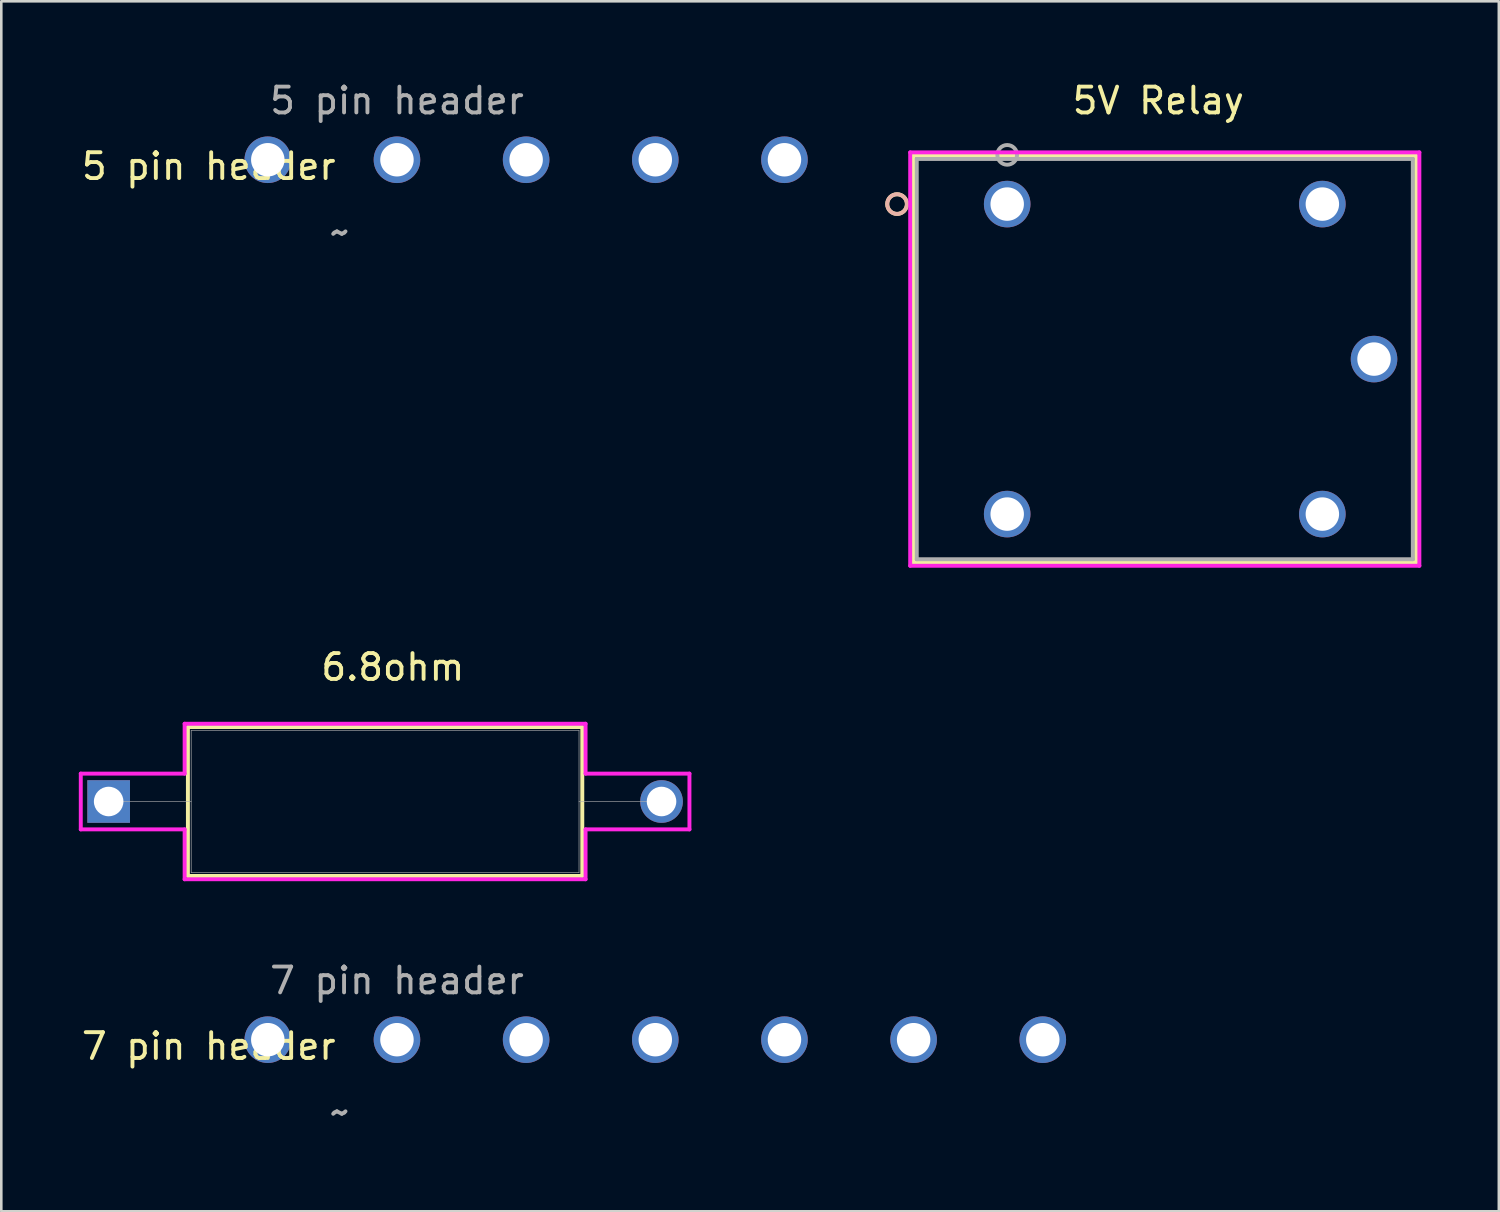
<source format=kicad_pcb>
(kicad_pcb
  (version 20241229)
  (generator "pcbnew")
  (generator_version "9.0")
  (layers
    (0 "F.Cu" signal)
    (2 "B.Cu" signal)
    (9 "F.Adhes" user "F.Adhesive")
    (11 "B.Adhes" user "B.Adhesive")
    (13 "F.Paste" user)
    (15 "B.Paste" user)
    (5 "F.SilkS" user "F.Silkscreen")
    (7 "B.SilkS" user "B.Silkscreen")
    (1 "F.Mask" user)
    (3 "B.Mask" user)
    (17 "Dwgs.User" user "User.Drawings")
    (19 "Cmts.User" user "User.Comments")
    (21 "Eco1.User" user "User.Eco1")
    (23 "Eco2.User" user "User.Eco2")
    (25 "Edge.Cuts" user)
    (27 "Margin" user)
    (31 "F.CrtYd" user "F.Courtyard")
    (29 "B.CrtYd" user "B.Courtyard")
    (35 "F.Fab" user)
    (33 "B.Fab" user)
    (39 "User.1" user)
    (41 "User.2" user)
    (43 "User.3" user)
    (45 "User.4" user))
  (footprint "5V Relay"
    (layer "F.Cu")
    (at 48.138 16.85)
    (property "Reference" "5V Relay" (at -6.35 -16.002 0) (layer "F.SilkS") (effects (font (size 1 1) (thickness 0.15))))
    (attr through_hole)
    (fp_line (start -15.828 -13.874) (end -15.828 1.874) (stroke (width 0.152) (type solid)) (layer "F.SilkS"))
    (fp_line (start -15.828 1.874) (end 3.628 1.874) (stroke (width 0.152) (type solid)) (layer "F.SilkS"))
    (fp_line (start 3.628 -13.874) (end -15.828 -13.874) (stroke (width 0.152) (type solid)) (layer "F.SilkS"))
    (fp_line (start 3.628 1.874) (end 3.628 -13.874) (stroke (width 0.152) (type solid)) (layer "F.SilkS"))
    (fp_circle (center -16.463 -12) (end -16.082 -12) (stroke (width 0.152) (type solid)) (fill no) (layer "F.SilkS"))
    (fp_circle (center -16.463 -12) (end -16.082 -12) (stroke (width 0.152) (type solid)) (fill no) (layer "B.SilkS"))
    (fp_line (start -15.955 -14.001) (end -15.955 2.001) (stroke (width 0.152) (type solid)) (layer "F.CrtYd"))
    (fp_line (start -15.955 2.001) (end 3.755 2.001) (stroke (width 0.152) (type solid)) (layer "F.CrtYd"))
    (fp_line (start 3.755 -14.001) (end -15.955 -14.001) (stroke (width 0.152) (type solid)) (layer "F.CrtYd"))
    (fp_line (start 3.755 2.001) (end 3.755 -14.001) (stroke (width 0.152) (type solid)) (layer "F.CrtYd"))
    (fp_line (start -15.701 -13.747) (end -15.701 1.747) (stroke (width 0.152) (type solid)) (layer "F.Fab"))
    (fp_line (start -15.701 1.747) (end 3.501 1.747) (stroke (width 0.152) (type solid)) (layer "F.Fab"))
    (fp_line (start 3.501 -13.747) (end -15.701 -13.747) (stroke (width 0.152) (type solid)) (layer "F.Fab"))
    (fp_line (start 3.501 1.747) (end 3.501 -13.747) (stroke (width 0.152) (type solid)) (layer "F.Fab"))
    (fp_circle (center -12.2 -13.905) (end -11.819 -13.905) (stroke (width 0.152) (type solid)) (fill no) (layer "F.Fab"))
    (pad "1" thru_hole circle (at -12.2 -12) (size 1.803 1.803) (drill 1.295) (layers "*.Cu" "*.Mask"))
    (pad "2" thru_hole circle (at -12.2 -0.000001) (size 1.803 1.803) (drill 1.295) (layers "*.Cu" "*.Mask"))
    (pad "3" thru_hole circle (at 0 -12) (size 1.803 1.803) (drill 1.295) (layers "*.Cu" "*.Mask"))
    (pad "4" thru_hole circle (at 0 -0.000001) (size 1.803 1.803) (drill 1.295) (layers "*.Cu" "*.Mask"))
    (pad "5" thru_hole circle (at 2 -6) (size 1.803 1.803) (drill 1.295) (layers "*.Cu" "*.Mask")))
  (footprint "5 pin header"
    (layer "F.Cu")
    (at 7.316 3.134)
    (property "Reference" "5 pin header" (at -2.286 0.254 0) (unlocked yes) (layer "F.SilkS") (effects (font (size 1 1) (thickness 0.15))))
    (property "Value" "~" (at 5 0 0) (unlocked yes) (layer "F.Fab") (hide yes) (effects (font (size 1 1) (thickness 0.15))))
    (attr through_hole)
    (fp_text user "${VALUE}" (at 2.794 2.794 0) (unlocked yes) (layer "F.Fab") (effects (font (size 1 1) (thickness 0.15))))
    (fp_text user "${REFERENCE}" (at 5 -2.286 0) (unlocked yes) (layer "F.Fab") (effects (font (size 1 1) (thickness 0.15))))
    (pad "1" thru_hole circle (at 0 0) (size 1.803 1.803) (drill 1.295) (layers "*.Cu" "*.Mask"))
    (pad "2" thru_hole circle (at 5 0) (size 1.803 1.803) (drill 1.295) (layers "*.Cu" "*.Mask"))
    (pad "3" thru_hole circle (at 10 0) (size 1.803 1.803) (drill 1.295) (layers "*.Cu" "*.Mask"))
    (pad "4" thru_hole circle (at 15 0) (size 1.803 1.803) (drill 1.295) (layers "*.Cu" "*.Mask"))
    (pad "5" thru_hole circle (at 20 0) (size 1.803 1.803) (drill 1.295) (layers "*.Cu" "*.Mask")))
  (footprint "6.8ohm"
    (layer "F.Cu")
    (at 1.156 27.976)
    (property "Reference" "6.8ohm" (at 11 -5.2 0) (unlocked yes) (layer "F.SilkS") (effects (font (size 1 1) (thickness 0.15))))
    (attr through_hole)
    (fp_line (start 3.068 -2.883) (end 3.068 2.883) (stroke (width 0.152) (type solid)) (layer "F.SilkS"))
    (fp_line (start 3.068 2.883) (end 18.334 2.883) (stroke (width 0.152) (type solid)) (layer "F.SilkS"))
    (fp_line (start 18.334 -2.883) (end 3.068 -2.883) (stroke (width 0.152) (type solid)) (layer "F.SilkS"))
    (fp_line (start 18.334 2.883) (end 18.334 -2.883) (stroke (width 0.152) (type solid)) (layer "F.SilkS"))
    (fp_line (start -1.079 -1.079) (end 2.941 -1.079) (stroke (width 0.152) (type solid)) (layer "F.CrtYd"))
    (fp_line (start -1.079 1.079) (end -1.079 -1.079) (stroke (width 0.152) (type solid)) (layer "F.CrtYd"))
    (fp_line (start 2.941 -3.01) (end 18.461 -3.01) (stroke (width 0.152) (type solid)) (layer "F.CrtYd"))
    (fp_line (start 2.941 -1.079) (end 2.941 -3.01) (stroke (width 0.152) (type solid)) (layer "F.CrtYd"))
    (fp_line (start 2.941 1.079) (end -1.079 1.079) (stroke (width 0.152) (type solid)) (layer "F.CrtYd"))
    (fp_line (start 2.941 3.01) (end 2.941 1.079) (stroke (width 0.152) (type solid)) (layer "F.CrtYd"))
    (fp_line (start 18.461 -3.01) (end 18.461 -1.079) (stroke (width 0.152) (type solid)) (layer "F.CrtYd"))
    (fp_line (start 18.461 -1.079) (end 22.482 -1.079) (stroke (width 0.152) (type solid)) (layer "F.CrtYd"))
    (fp_line (start 18.461 1.079) (end 18.461 3.01) (stroke (width 0.152) (type solid)) (layer "F.CrtYd"))
    (fp_line (start 18.461 3.01) (end 2.941 3.01) (stroke (width 0.152) (type solid)) (layer "F.CrtYd"))
    (fp_line (start 22.482 -1.079) (end 22.482 1.079) (stroke (width 0.152) (type solid)) (layer "F.CrtYd"))
    (fp_line (start 22.482 1.079) (end 18.461 1.079) (stroke (width 0.152) (type solid)) (layer "F.CrtYd"))
    (fp_line (start 0 0) (end 3.195 0) (stroke (width 0.025) (type solid)) (layer "F.Fab"))
    (fp_line (start 3.195 -2.756) (end 3.195 2.756) (stroke (width 0.025) (type solid)) (layer "F.Fab"))
    (fp_line (start 3.195 2.756) (end 18.207 2.756) (stroke (width 0.025) (type solid)) (layer "F.Fab"))
    (fp_line (start 18.207 -2.756) (end 3.195 -2.756) (stroke (width 0.025) (type solid)) (layer "F.Fab"))
    (fp_line (start 18.207 2.756) (end 18.207 -2.756) (stroke (width 0.025) (type solid)) (layer "F.Fab"))
    (fp_line (start 21.402 0) (end 18.207 0) (stroke (width 0.025) (type solid)) (layer "F.Fab"))
    (pad "1" thru_hole rect (at 0 0) (size 1.651 1.651) (drill 1.143) (layers "*.Cu" "*.Mask"))
    (pad "2" thru_hole circle (at 21.402 0) (size 1.651 1.651) (drill 1.143) (layers "*.Cu" "*.Mask")))
  (footprint "7 pin header"
    (layer "F.Cu")
    (at 7.316 37.196)
    (property "Reference" "7 pin header" (at -2.286 0.254 0) (unlocked yes) (layer "F.SilkS") (effects (font (size 1 1) (thickness 0.15))))
    (property "Value" "~" (at 5 0 0) (unlocked yes) (layer "F.Fab") (hide yes) (effects (font (size 1 1) (thickness 0.15))))
    (attr through_hole)
    (fp_text user "${REFERENCE}" (at 5 -2.286 0) (unlocked yes) (layer "F.Fab") (effects (font (size 1 1) (thickness 0.15))))
    (fp_text user "${VALUE}" (at 2.794 2.794 0) (unlocked yes) (layer "F.Fab") (effects (font (size 1 1) (thickness 0.15))))
    (pad "1" thru_hole circle (at 0 0) (size 1.803 1.803) (drill 1.295) (layers "*.Cu" "*.Mask"))
    (pad "2" thru_hole circle (at 5 0) (size 1.803 1.803) (drill 1.295) (layers "*.Cu" "*.Mask"))
    (pad "3" thru_hole circle (at 10 0) (size 1.803 1.803) (drill 1.295) (layers "*.Cu" "*.Mask"))
    (pad "4" thru_hole circle (at 15 0) (size 1.803 1.803) (drill 1.295) (layers "*.Cu" "*.Mask"))
    (pad "5" thru_hole circle (at 20 0) (size 1.803 1.803) (drill 1.295) (layers "*.Cu" "*.Mask"))
    (pad "6" thru_hole circle (at 25 0) (size 1.803 1.803) (drill 1.295) (layers "*.Cu" "*.Mask"))
    (pad "7" thru_hole circle (at 30 0) (size 1.803 1.803) (drill 1.295) (layers "*.Cu" "*.Mask")))
  (gr_rect
    (start -3 -3)
    (end 54.969 43.838)
    (stroke (width 0.1) (type default))
    (fill no)
    (layer "Edge.Cuts")))
</source>
